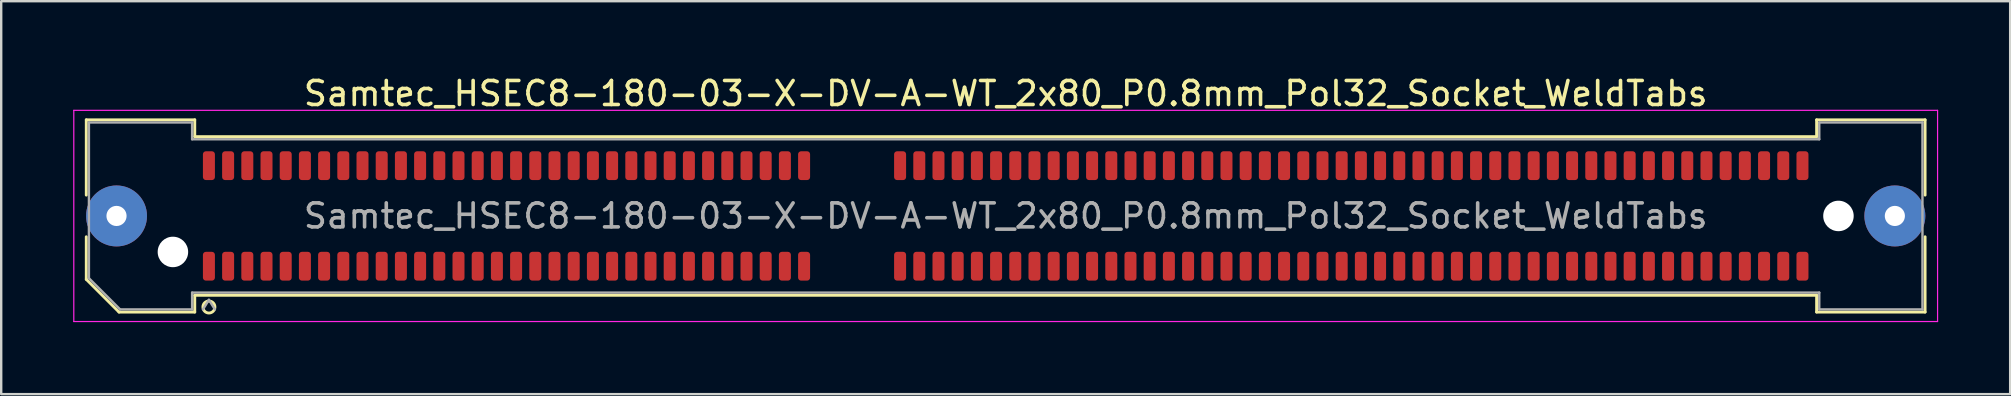
<source format=kicad_pcb>
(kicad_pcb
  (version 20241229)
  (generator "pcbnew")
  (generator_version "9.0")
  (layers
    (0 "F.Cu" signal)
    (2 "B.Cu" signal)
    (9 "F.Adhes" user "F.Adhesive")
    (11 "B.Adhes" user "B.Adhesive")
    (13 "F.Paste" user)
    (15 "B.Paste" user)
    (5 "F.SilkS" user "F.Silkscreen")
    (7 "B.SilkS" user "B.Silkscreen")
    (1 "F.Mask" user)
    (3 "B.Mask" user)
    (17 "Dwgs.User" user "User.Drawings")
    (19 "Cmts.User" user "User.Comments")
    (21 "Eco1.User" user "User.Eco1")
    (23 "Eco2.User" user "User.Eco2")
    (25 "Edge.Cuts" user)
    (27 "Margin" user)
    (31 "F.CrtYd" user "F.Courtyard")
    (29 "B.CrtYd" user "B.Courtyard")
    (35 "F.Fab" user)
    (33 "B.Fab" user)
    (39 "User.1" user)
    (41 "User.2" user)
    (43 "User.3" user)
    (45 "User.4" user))
  (footprint "Samtec_HSEC8-180-03-X-DV-A-WT_2x80_P0.8mm_Pol32_Socket_WeldTabs"
    (layer "F.Cu")
    (at 38.855 5.948)
    (property "Reference" "Samtec_HSEC8-180-03-X-DV-A-WT_2x80_P0.8mm_Pol32_Socket_WeldTabs" (at 0 -5.1 0) (layer "F.SilkS") (effects (font (size 1 1) (thickness 0.15))))
    (attr smd)
    (fp_line (start -38.31 -4.005) (end -33.79 -4.005) (stroke (width 0.12) (type solid)) (layer "F.SilkS"))
    (fp_line (start -38.31 -0.868) (end -38.31 -4.005) (stroke (width 0.12) (type solid)) (layer "F.SilkS"))
    (fp_line (start -38.31 2.641) (end -38.31 0.868) (stroke (width 0.12) (type solid)) (layer "F.SilkS"))
    (fp_line (start -36.946 4.005) (end -38.31 2.641) (stroke (width 0.12) (type solid)) (layer "F.SilkS"))
    (fp_line (start -33.79 -4.005) (end -33.79 -3.305) (stroke (width 0.12) (type solid)) (layer "F.SilkS"))
    (fp_line (start -33.79 -3.305) (end 33.79 -3.305) (stroke (width 0.12) (type solid)) (layer "F.SilkS"))
    (fp_line (start -33.79 3.305) (end -33.79 4.005) (stroke (width 0.12) (type solid)) (layer "F.SilkS"))
    (fp_line (start -33.79 4.005) (end -36.946 4.005) (stroke (width 0.12) (type solid)) (layer "F.SilkS"))
    (fp_line (start 33.79 -4.005) (end 38.31 -4.005) (stroke (width 0.12) (type solid)) (layer "F.SilkS"))
    (fp_line (start 33.79 -3.305) (end 33.79 -4.005) (stroke (width 0.12) (type solid)) (layer "F.SilkS"))
    (fp_line (start 33.79 3.305) (end -33.79 3.305) (stroke (width 0.12) (type solid)) (layer "F.SilkS"))
    (fp_line (start 33.79 4.005) (end 33.79 3.305) (stroke (width 0.12) (type solid)) (layer "F.SilkS"))
    (fp_line (start 38.31 -4.005) (end 38.31 -0.868) (stroke (width 0.12) (type solid)) (layer "F.SilkS"))
    (fp_line (start 38.31 0.868) (end 38.31 4.005) (stroke (width 0.12) (type solid)) (layer "F.SilkS"))
    (fp_line (start 38.31 4.005) (end 33.79 4.005) (stroke (width 0.12) (type solid)) (layer "F.SilkS"))
    (fp_arc (start -32.95 3.795) (mid -33.45 3.795) (end -32.95 3.795) (stroke (width 0.12) (type solid)) (layer "F.SilkS"))
    (fp_line (start -38.83 -4.4) (end -38.83 4.4) (stroke (width 0.05) (type solid)) (layer "F.CrtYd"))
    (fp_line (start -38.83 4.4) (end 38.83 4.4) (stroke (width 0.05) (type solid)) (layer "F.CrtYd"))
    (fp_line (start 38.83 -4.4) (end -38.83 -4.4) (stroke (width 0.05) (type solid)) (layer "F.CrtYd"))
    (fp_line (start 38.83 4.4) (end 38.83 -4.4) (stroke (width 0.05) (type solid)) (layer "F.CrtYd"))
    (fp_line (start -38.2 -3.895) (end -33.9 -3.895) (stroke (width 0.1) (type solid)) (layer "F.Fab"))
    (fp_line (start -38.2 2.595) (end -38.2 -3.895) (stroke (width 0.1) (type solid)) (layer "F.Fab"))
    (fp_line (start -36.9 3.895) (end -38.2 2.595) (stroke (width 0.1) (type solid)) (layer "F.Fab"))
    (fp_line (start -33.9 -3.895) (end -33.9 -3.195) (stroke (width 0.1) (type solid)) (layer "F.Fab"))
    (fp_line (start -33.9 -3.195) (end 33.9 -3.195) (stroke (width 0.1) (type solid)) (layer "F.Fab"))
    (fp_line (start -33.9 3.195) (end -33.9 3.895) (stroke (width 0.1) (type solid)) (layer "F.Fab"))
    (fp_line (start -33.9 3.895) (end -36.9 3.895) (stroke (width 0.1) (type solid)) (layer "F.Fab"))
    (fp_line (start -33.2 3.495) (end -33.45 3.895) (stroke (width 0.1) (type solid)) (layer "F.Fab"))
    (fp_line (start -33.2 3.495) (end -32.95 3.895) (stroke (width 0.1) (type solid)) (layer "F.Fab"))
    (fp_line (start 33.9 -3.895) (end 38.2 -3.895) (stroke (width 0.1) (type solid)) (layer "F.Fab"))
    (fp_line (start 33.9 -3.195) (end 33.9 -3.895) (stroke (width 0.1) (type solid)) (layer "F.Fab"))
    (fp_line (start 33.9 3.195) (end -33.9 3.195) (stroke (width 0.1) (type solid)) (layer "F.Fab"))
    (fp_line (start 33.9 3.895) (end 33.9 3.195) (stroke (width 0.1) (type solid)) (layer "F.Fab"))
    (fp_line (start 38.2 -3.895) (end 38.2 3.895) (stroke (width 0.1) (type solid)) (layer "F.Fab"))
    (fp_line (start 38.2 3.895) (end 33.9 3.895) (stroke (width 0.1) (type solid)) (layer "F.Fab"))
    (fp_text user "${REFERENCE}" (at 0 0 0) (layer "F.Fab") (effects (font (size 1 1) (thickness 0.15))))
    (pad "" thru_hole circle (at -37.05 0) (size 2.54 2.54) (drill 0.84) (layers "*.Cu" "*.Mask" "F.Paste"))
    (pad "" np_thru_hole circle (at -34.7 1.5) (size 1.27 1.27) (drill 1.27) (layers "*.Cu" "*.Mask"))
    (pad "" np_thru_hole circle (at 34.7 0) (size 1.27 1.27) (drill 1.27) (layers "*.Cu" "*.Mask"))
    (pad "" thru_hole circle (at 37.05 0) (size 2.54 2.54) (drill 0.84) (layers "*.Cu" "*.Mask" "F.Paste"))
    (pad "1" smd roundrect (at -33.2 2.095) (size 0.5 1.2) (layers "F.Cu" "F.Mask" "F.Paste") (roundrect_rratio 0.25))
    (pad "2" smd roundrect (at -33.2 -2.095) (size 0.5 1.2) (layers "F.Cu" "F.Mask" "F.Paste") (roundrect_rratio 0.25))
    (pad "3" smd roundrect (at -32.4 2.095) (size 0.5 1.2) (layers "F.Cu" "F.Mask" "F.Paste") (roundrect_rratio 0.25))
    (pad "4" smd roundrect (at -32.4 -2.095) (size 0.5 1.2) (layers "F.Cu" "F.Mask" "F.Paste") (roundrect_rratio 0.25))
    (pad "5" smd roundrect (at -31.6 2.095) (size 0.5 1.2) (layers "F.Cu" "F.Mask" "F.Paste") (roundrect_rratio 0.25))
    (pad "6" smd roundrect (at -31.6 -2.095) (size 0.5 1.2) (layers "F.Cu" "F.Mask" "F.Paste") (roundrect_rratio 0.25))
    (pad "7" smd roundrect (at -30.8 2.095) (size 0.5 1.2) (layers "F.Cu" "F.Mask" "F.Paste") (roundrect_rratio 0.25))
    (pad "8" smd roundrect (at -30.8 -2.095) (size 0.5 1.2) (layers "F.Cu" "F.Mask" "F.Paste") (roundrect_rratio 0.25))
    (pad "9" smd roundrect (at -30 2.095) (size 0.5 1.2) (layers "F.Cu" "F.Mask" "F.Paste") (roundrect_rratio 0.25))
    (pad "10" smd roundrect (at -30 -2.095) (size 0.5 1.2) (layers "F.Cu" "F.Mask" "F.Paste") (roundrect_rratio 0.25))
    (pad "11" smd roundrect (at -29.2 2.095) (size 0.5 1.2) (layers "F.Cu" "F.Mask" "F.Paste") (roundrect_rratio 0.25))
    (pad "12" smd roundrect (at -29.2 -2.095) (size 0.5 1.2) (layers "F.Cu" "F.Mask" "F.Paste") (roundrect_rratio 0.25))
    (pad "13" smd roundrect (at -28.4 2.095) (size 0.5 1.2) (layers "F.Cu" "F.Mask" "F.Paste") (roundrect_rratio 0.25))
    (pad "14" smd roundrect (at -28.4 -2.095) (size 0.5 1.2) (layers "F.Cu" "F.Mask" "F.Paste") (roundrect_rratio 0.25))
    (pad "15" smd roundrect (at -27.6 2.095) (size 0.5 1.2) (layers "F.Cu" "F.Mask" "F.Paste") (roundrect_rratio 0.25))
    (pad "16" smd roundrect (at -27.6 -2.095) (size 0.5 1.2) (layers "F.Cu" "F.Mask" "F.Paste") (roundrect_rratio 0.25))
    (pad "17" smd roundrect (at -26.8 2.095) (size 0.5 1.2) (layers "F.Cu" "F.Mask" "F.Paste") (roundrect_rratio 0.25))
    (pad "18" smd roundrect (at -26.8 -2.095) (size 0.5 1.2) (layers "F.Cu" "F.Mask" "F.Paste") (roundrect_rratio 0.25))
    (pad "19" smd roundrect (at -26 2.095) (size 0.5 1.2) (layers "F.Cu" "F.Mask" "F.Paste") (roundrect_rratio 0.25))
    (pad "20" smd roundrect (at -26 -2.095) (size 0.5 1.2) (layers "F.Cu" "F.Mask" "F.Paste") (roundrect_rratio 0.25))
    (pad "21" smd roundrect (at -25.2 2.095) (size 0.5 1.2) (layers "F.Cu" "F.Mask" "F.Paste") (roundrect_rratio 0.25))
    (pad "22" smd roundrect (at -25.2 -2.095) (size 0.5 1.2) (layers "F.Cu" "F.Mask" "F.Paste") (roundrect_rratio 0.25))
    (pad "23" smd roundrect (at -24.4 2.095) (size 0.5 1.2) (layers "F.Cu" "F.Mask" "F.Paste") (roundrect_rratio 0.25))
    (pad "24" smd roundrect (at -24.4 -2.095) (size 0.5 1.2) (layers "F.Cu" "F.Mask" "F.Paste") (roundrect_rratio 0.25))
    (pad "25" smd roundrect (at -23.6 2.095) (size 0.5 1.2) (layers "F.Cu" "F.Mask" "F.Paste") (roundrect_rratio 0.25))
    (pad "26" smd roundrect (at -23.6 -2.095) (size 0.5 1.2) (layers "F.Cu" "F.Mask" "F.Paste") (roundrect_rratio 0.25))
    (pad "27" smd roundrect (at -22.8 2.095) (size 0.5 1.2) (layers "F.Cu" "F.Mask" "F.Paste") (roundrect_rratio 0.25))
    (pad "28" smd roundrect (at -22.8 -2.095) (size 0.5 1.2) (layers "F.Cu" "F.Mask" "F.Paste") (roundrect_rratio 0.25))
    (pad "29" smd roundrect (at -22 2.095) (size 0.5 1.2) (layers "F.Cu" "F.Mask" "F.Paste") (roundrect_rratio 0.25))
    (pad "30" smd roundrect (at -22 -2.095) (size 0.5 1.2) (layers "F.Cu" "F.Mask" "F.Paste") (roundrect_rratio 0.25))
    (pad "31" smd roundrect (at -21.2 2.095) (size 0.5 1.2) (layers "F.Cu" "F.Mask" "F.Paste") (roundrect_rratio 0.25))
    (pad "32" smd roundrect (at -21.2 -2.095) (size 0.5 1.2) (layers "F.Cu" "F.Mask" "F.Paste") (roundrect_rratio 0.25))
    (pad "33" smd roundrect (at -20.4 2.095) (size 0.5 1.2) (layers "F.Cu" "F.Mask" "F.Paste") (roundrect_rratio 0.25))
    (pad "34" smd roundrect (at -20.4 -2.095) (size 0.5 1.2) (layers "F.Cu" "F.Mask" "F.Paste") (roundrect_rratio 0.25))
    (pad "35" smd roundrect (at -19.6 2.095) (size 0.5 1.2) (layers "F.Cu" "F.Mask" "F.Paste") (roundrect_rratio 0.25))
    (pad "36" smd roundrect (at -19.6 -2.095) (size 0.5 1.2) (layers "F.Cu" "F.Mask" "F.Paste") (roundrect_rratio 0.25))
    (pad "37" smd roundrect (at -18.8 2.095) (size 0.5 1.2) (layers "F.Cu" "F.Mask" "F.Paste") (roundrect_rratio 0.25))
    (pad "38" smd roundrect (at -18.8 -2.095) (size 0.5 1.2) (layers "F.Cu" "F.Mask" "F.Paste") (roundrect_rratio 0.25))
    (pad "39" smd roundrect (at -18 2.095) (size 0.5 1.2) (layers "F.Cu" "F.Mask" "F.Paste") (roundrect_rratio 0.25))
    (pad "40" smd roundrect (at -18 -2.095) (size 0.5 1.2) (layers "F.Cu" "F.Mask" "F.Paste") (roundrect_rratio 0.25))
    (pad "41" smd roundrect (at -17.2 2.095) (size 0.5 1.2) (layers "F.Cu" "F.Mask" "F.Paste") (roundrect_rratio 0.25))
    (pad "42" smd roundrect (at -17.2 -2.095) (size 0.5 1.2) (layers "F.Cu" "F.Mask" "F.Paste") (roundrect_rratio 0.25))
    (pad "43" smd roundrect (at -16.4 2.095) (size 0.5 1.2) (layers "F.Cu" "F.Mask" "F.Paste") (roundrect_rratio 0.25))
    (pad "44" smd roundrect (at -16.4 -2.095) (size 0.5 1.2) (layers "F.Cu" "F.Mask" "F.Paste") (roundrect_rratio 0.25))
    (pad "45" smd roundrect (at -15.6 2.095) (size 0.5 1.2) (layers "F.Cu" "F.Mask" "F.Paste") (roundrect_rratio 0.25))
    (pad "46" smd roundrect (at -15.6 -2.095) (size 0.5 1.2) (layers "F.Cu" "F.Mask" "F.Paste") (roundrect_rratio 0.25))
    (pad "47" smd roundrect (at -14.8 2.095) (size 0.5 1.2) (layers "F.Cu" "F.Mask" "F.Paste") (roundrect_rratio 0.25))
    (pad "48" smd roundrect (at -14.8 -2.095) (size 0.5 1.2) (layers "F.Cu" "F.Mask" "F.Paste") (roundrect_rratio 0.25))
    (pad "49" smd roundrect (at -14 2.095) (size 0.5 1.2) (layers "F.Cu" "F.Mask" "F.Paste") (roundrect_rratio 0.25))
    (pad "50" smd roundrect (at -14 -2.095) (size 0.5 1.2) (layers "F.Cu" "F.Mask" "F.Paste") (roundrect_rratio 0.25))
    (pad "51" smd roundrect (at -13.2 2.095) (size 0.5 1.2) (layers "F.Cu" "F.Mask" "F.Paste") (roundrect_rratio 0.25))
    (pad "52" smd roundrect (at -13.2 -2.095) (size 0.5 1.2) (layers "F.Cu" "F.Mask" "F.Paste") (roundrect_rratio 0.25))
    (pad "53" smd roundrect (at -12.4 2.095) (size 0.5 1.2) (layers "F.Cu" "F.Mask" "F.Paste") (roundrect_rratio 0.25))
    (pad "54" smd roundrect (at -12.4 -2.095) (size 0.5 1.2) (layers "F.Cu" "F.Mask" "F.Paste") (roundrect_rratio 0.25))
    (pad "55" smd roundrect (at -11.6 2.095) (size 0.5 1.2) (layers "F.Cu" "F.Mask" "F.Paste") (roundrect_rratio 0.25))
    (pad "56" smd roundrect (at -11.6 -2.095) (size 0.5 1.2) (layers "F.Cu" "F.Mask" "F.Paste") (roundrect_rratio 0.25))
    (pad "57" smd roundrect (at -10.8 2.095) (size 0.5 1.2) (layers "F.Cu" "F.Mask" "F.Paste") (roundrect_rratio 0.25))
    (pad "58" smd roundrect (at -10.8 -2.095) (size 0.5 1.2) (layers "F.Cu" "F.Mask" "F.Paste") (roundrect_rratio 0.25))
    (pad "59" smd roundrect (at -10 2.095) (size 0.5 1.2) (layers "F.Cu" "F.Mask" "F.Paste") (roundrect_rratio 0.25))
    (pad "60" smd roundrect (at -10 -2.095) (size 0.5 1.2) (layers "F.Cu" "F.Mask" "F.Paste") (roundrect_rratio 0.25))
    (pad "61" smd roundrect (at -9.2 2.095) (size 0.5 1.2) (layers "F.Cu" "F.Mask" "F.Paste") (roundrect_rratio 0.25))
    (pad "62" smd roundrect (at -9.2 -2.095) (size 0.5 1.2) (layers "F.Cu" "F.Mask" "F.Paste") (roundrect_rratio 0.25))
    (pad "63" smd roundrect (at -8.4 2.095) (size 0.5 1.2) (layers "F.Cu" "F.Mask" "F.Paste") (roundrect_rratio 0.25))
    (pad "64" smd roundrect (at -8.4 -2.095) (size 0.5 1.2) (layers "F.Cu" "F.Mask" "F.Paste") (roundrect_rratio 0.25))
    (pad "65" smd roundrect (at -4.4 2.095) (size 0.5 1.2) (layers "F.Cu" "F.Mask" "F.Paste") (roundrect_rratio 0.25))
    (pad "66" smd roundrect (at -4.4 -2.095) (size 0.5 1.2) (layers "F.Cu" "F.Mask" "F.Paste") (roundrect_rratio 0.25))
    (pad "67" smd roundrect (at -3.6 2.095) (size 0.5 1.2) (layers "F.Cu" "F.Mask" "F.Paste") (roundrect_rratio 0.25))
    (pad "68" smd roundrect (at -3.6 -2.095) (size 0.5 1.2) (layers "F.Cu" "F.Mask" "F.Paste") (roundrect_rratio 0.25))
    (pad "69" smd roundrect (at -2.8 2.095) (size 0.5 1.2) (layers "F.Cu" "F.Mask" "F.Paste") (roundrect_rratio 0.25))
    (pad "70" smd roundrect (at -2.8 -2.095) (size 0.5 1.2) (layers "F.Cu" "F.Mask" "F.Paste") (roundrect_rratio 0.25))
    (pad "71" smd roundrect (at -2 2.095) (size 0.5 1.2) (layers "F.Cu" "F.Mask" "F.Paste") (roundrect_rratio 0.25))
    (pad "72" smd roundrect (at -2 -2.095) (size 0.5 1.2) (layers "F.Cu" "F.Mask" "F.Paste") (roundrect_rratio 0.25))
    (pad "73" smd roundrect (at -1.2 2.095) (size 0.5 1.2) (layers "F.Cu" "F.Mask" "F.Paste") (roundrect_rratio 0.25))
    (pad "74" smd roundrect (at -1.2 -2.095) (size 0.5 1.2) (layers "F.Cu" "F.Mask" "F.Paste") (roundrect_rratio 0.25))
    (pad "75" smd roundrect (at -0.4 2.095) (size 0.5 1.2) (layers "F.Cu" "F.Mask" "F.Paste") (roundrect_rratio 0.25))
    (pad "76" smd roundrect (at -0.4 -2.095) (size 0.5 1.2) (layers "F.Cu" "F.Mask" "F.Paste") (roundrect_rratio 0.25))
    (pad "77" smd roundrect (at 0.4 2.095) (size 0.5 1.2) (layers "F.Cu" "F.Mask" "F.Paste") (roundrect_rratio 0.25))
    (pad "78" smd roundrect (at 0.4 -2.095) (size 0.5 1.2) (layers "F.Cu" "F.Mask" "F.Paste") (roundrect_rratio 0.25))
    (pad "79" smd roundrect (at 1.2 2.095) (size 0.5 1.2) (layers "F.Cu" "F.Mask" "F.Paste") (roundrect_rratio 0.25))
    (pad "80" smd roundrect (at 1.2 -2.095) (size 0.5 1.2) (layers "F.Cu" "F.Mask" "F.Paste") (roundrect_rratio 0.25))
    (pad "81" smd roundrect (at 2 2.095) (size 0.5 1.2) (layers "F.Cu" "F.Mask" "F.Paste") (roundrect_rratio 0.25))
    (pad "82" smd roundrect (at 2 -2.095) (size 0.5 1.2) (layers "F.Cu" "F.Mask" "F.Paste") (roundrect_rratio 0.25))
    (pad "83" smd roundrect (at 2.8 2.095) (size 0.5 1.2) (layers "F.Cu" "F.Mask" "F.Paste") (roundrect_rratio 0.25))
    (pad "84" smd roundrect (at 2.8 -2.095) (size 0.5 1.2) (layers "F.Cu" "F.Mask" "F.Paste") (roundrect_rratio 0.25))
    (pad "85" smd roundrect (at 3.6 2.095) (size 0.5 1.2) (layers "F.Cu" "F.Mask" "F.Paste") (roundrect_rratio 0.25))
    (pad "86" smd roundrect (at 3.6 -2.095) (size 0.5 1.2) (layers "F.Cu" "F.Mask" "F.Paste") (roundrect_rratio 0.25))
    (pad "87" smd roundrect (at 4.4 2.095) (size 0.5 1.2) (layers "F.Cu" "F.Mask" "F.Paste") (roundrect_rratio 0.25))
    (pad "88" smd roundrect (at 4.4 -2.095) (size 0.5 1.2) (layers "F.Cu" "F.Mask" "F.Paste") (roundrect_rratio 0.25))
    (pad "89" smd roundrect (at 5.2 2.095) (size 0.5 1.2) (layers "F.Cu" "F.Mask" "F.Paste") (roundrect_rratio 0.25))
    (pad "90" smd roundrect (at 5.2 -2.095) (size 0.5 1.2) (layers "F.Cu" "F.Mask" "F.Paste") (roundrect_rratio 0.25))
    (pad "91" smd roundrect (at 6 2.095) (size 0.5 1.2) (layers "F.Cu" "F.Mask" "F.Paste") (roundrect_rratio 0.25))
    (pad "92" smd roundrect (at 6 -2.095) (size 0.5 1.2) (layers "F.Cu" "F.Mask" "F.Paste") (roundrect_rratio 0.25))
    (pad "93" smd roundrect (at 6.8 2.095) (size 0.5 1.2) (layers "F.Cu" "F.Mask" "F.Paste") (roundrect_rratio 0.25))
    (pad "94" smd roundrect (at 6.8 -2.095) (size 0.5 1.2) (layers "F.Cu" "F.Mask" "F.Paste") (roundrect_rratio 0.25))
    (pad "95" smd roundrect (at 7.6 2.095) (size 0.5 1.2) (layers "F.Cu" "F.Mask" "F.Paste") (roundrect_rratio 0.25))
    (pad "96" smd roundrect (at 7.6 -2.095) (size 0.5 1.2) (layers "F.Cu" "F.Mask" "F.Paste") (roundrect_rratio 0.25))
    (pad "97" smd roundrect (at 8.4 2.095) (size 0.5 1.2) (layers "F.Cu" "F.Mask" "F.Paste") (roundrect_rratio 0.25))
    (pad "98" smd roundrect (at 8.4 -2.095) (size 0.5 1.2) (layers "F.Cu" "F.Mask" "F.Paste") (roundrect_rratio 0.25))
    (pad "99" smd roundrect (at 9.2 2.095) (size 0.5 1.2) (layers "F.Cu" "F.Mask" "F.Paste") (roundrect_rratio 0.25))
    (pad "100" smd roundrect (at 9.2 -2.095) (size 0.5 1.2) (layers "F.Cu" "F.Mask" "F.Paste") (roundrect_rratio 0.25))
    (pad "101" smd roundrect (at 10 2.095) (size 0.5 1.2) (layers "F.Cu" "F.Mask" "F.Paste") (roundrect_rratio 0.25))
    (pad "102" smd roundrect (at 10 -2.095) (size 0.5 1.2) (layers "F.Cu" "F.Mask" "F.Paste") (roundrect_rratio 0.25))
    (pad "103" smd roundrect (at 10.8 2.095) (size 0.5 1.2) (layers "F.Cu" "F.Mask" "F.Paste") (roundrect_rratio 0.25))
    (pad "104" smd roundrect (at 10.8 -2.095) (size 0.5 1.2) (layers "F.Cu" "F.Mask" "F.Paste") (roundrect_rratio 0.25))
    (pad "105" smd roundrect (at 11.6 2.095) (size 0.5 1.2) (layers "F.Cu" "F.Mask" "F.Paste") (roundrect_rratio 0.25))
    (pad "106" smd roundrect (at 11.6 -2.095) (size 0.5 1.2) (layers "F.Cu" "F.Mask" "F.Paste") (roundrect_rratio 0.25))
    (pad "107" smd roundrect (at 12.4 2.095) (size 0.5 1.2) (layers "F.Cu" "F.Mask" "F.Paste") (roundrect_rratio 0.25))
    (pad "108" smd roundrect (at 12.4 -2.095) (size 0.5 1.2) (layers "F.Cu" "F.Mask" "F.Paste") (roundrect_rratio 0.25))
    (pad "109" smd roundrect (at 13.2 2.095) (size 0.5 1.2) (layers "F.Cu" "F.Mask" "F.Paste") (roundrect_rratio 0.25))
    (pad "110" smd roundrect (at 13.2 -2.095) (size 0.5 1.2) (layers "F.Cu" "F.Mask" "F.Paste") (roundrect_rratio 0.25))
    (pad "111" smd roundrect (at 14 2.095) (size 0.5 1.2) (layers "F.Cu" "F.Mask" "F.Paste") (roundrect_rratio 0.25))
    (pad "112" smd roundrect (at 14 -2.095) (size 0.5 1.2) (layers "F.Cu" "F.Mask" "F.Paste") (roundrect_rratio 0.25))
    (pad "113" smd roundrect (at 14.8 2.095) (size 0.5 1.2) (layers "F.Cu" "F.Mask" "F.Paste") (roundrect_rratio 0.25))
    (pad "114" smd roundrect (at 14.8 -2.095) (size 0.5 1.2) (layers "F.Cu" "F.Mask" "F.Paste") (roundrect_rratio 0.25))
    (pad "115" smd roundrect (at 15.6 2.095) (size 0.5 1.2) (layers "F.Cu" "F.Mask" "F.Paste") (roundrect_rratio 0.25))
    (pad "116" smd roundrect (at 15.6 -2.095) (size 0.5 1.2) (layers "F.Cu" "F.Mask" "F.Paste") (roundrect_rratio 0.25))
    (pad "117" smd roundrect (at 16.4 2.095) (size 0.5 1.2) (layers "F.Cu" "F.Mask" "F.Paste") (roundrect_rratio 0.25))
    (pad "118" smd roundrect (at 16.4 -2.095) (size 0.5 1.2) (layers "F.Cu" "F.Mask" "F.Paste") (roundrect_rratio 0.25))
    (pad "119" smd roundrect (at 17.2 2.095) (size 0.5 1.2) (layers "F.Cu" "F.Mask" "F.Paste") (roundrect_rratio 0.25))
    (pad "120" smd roundrect (at 17.2 -2.095) (size 0.5 1.2) (layers "F.Cu" "F.Mask" "F.Paste") (roundrect_rratio 0.25))
    (pad "121" smd roundrect (at 18 2.095) (size 0.5 1.2) (layers "F.Cu" "F.Mask" "F.Paste") (roundrect_rratio 0.25))
    (pad "122" smd roundrect (at 18 -2.095) (size 0.5 1.2) (layers "F.Cu" "F.Mask" "F.Paste") (roundrect_rratio 0.25))
    (pad "123" smd roundrect (at 18.8 2.095) (size 0.5 1.2) (layers "F.Cu" "F.Mask" "F.Paste") (roundrect_rratio 0.25))
    (pad "124" smd roundrect (at 18.8 -2.095) (size 0.5 1.2) (layers "F.Cu" "F.Mask" "F.Paste") (roundrect_rratio 0.25))
    (pad "125" smd roundrect (at 19.6 2.095) (size 0.5 1.2) (layers "F.Cu" "F.Mask" "F.Paste") (roundrect_rratio 0.25))
    (pad "126" smd roundrect (at 19.6 -2.095) (size 0.5 1.2) (layers "F.Cu" "F.Mask" "F.Paste") (roundrect_rratio 0.25))
    (pad "127" smd roundrect (at 20.4 2.095) (size 0.5 1.2) (layers "F.Cu" "F.Mask" "F.Paste") (roundrect_rratio 0.25))
    (pad "128" smd roundrect (at 20.4 -2.095) (size 0.5 1.2) (layers "F.Cu" "F.Mask" "F.Paste") (roundrect_rratio 0.25))
    (pad "129" smd roundrect (at 21.2 2.095) (size 0.5 1.2) (layers "F.Cu" "F.Mask" "F.Paste") (roundrect_rratio 0.25))
    (pad "130" smd roundrect (at 21.2 -2.095) (size 0.5 1.2) (layers "F.Cu" "F.Mask" "F.Paste") (roundrect_rratio 0.25))
    (pad "131" smd roundrect (at 22 2.095) (size 0.5 1.2) (layers "F.Cu" "F.Mask" "F.Paste") (roundrect_rratio 0.25))
    (pad "132" smd roundrect (at 22 -2.095) (size 0.5 1.2) (layers "F.Cu" "F.Mask" "F.Paste") (roundrect_rratio 0.25))
    (pad "133" smd roundrect (at 22.8 2.095) (size 0.5 1.2) (layers "F.Cu" "F.Mask" "F.Paste") (roundrect_rratio 0.25))
    (pad "134" smd roundrect (at 22.8 -2.095) (size 0.5 1.2) (layers "F.Cu" "F.Mask" "F.Paste") (roundrect_rratio 0.25))
    (pad "135" smd roundrect (at 23.6 2.095) (size 0.5 1.2) (layers "F.Cu" "F.Mask" "F.Paste") (roundrect_rratio 0.25))
    (pad "136" smd roundrect (at 23.6 -2.095) (size 0.5 1.2) (layers "F.Cu" "F.Mask" "F.Paste") (roundrect_rratio 0.25))
    (pad "137" smd roundrect (at 24.4 2.095) (size 0.5 1.2) (layers "F.Cu" "F.Mask" "F.Paste") (roundrect_rratio 0.25))
    (pad "138" smd roundrect (at 24.4 -2.095) (size 0.5 1.2) (layers "F.Cu" "F.Mask" "F.Paste") (roundrect_rratio 0.25))
    (pad "139" smd roundrect (at 25.2 2.095) (size 0.5 1.2) (layers "F.Cu" "F.Mask" "F.Paste") (roundrect_rratio 0.25))
    (pad "140" smd roundrect (at 25.2 -2.095) (size 0.5 1.2) (layers "F.Cu" "F.Mask" "F.Paste") (roundrect_rratio 0.25))
    (pad "141" smd roundrect (at 26 2.095) (size 0.5 1.2) (layers "F.Cu" "F.Mask" "F.Paste") (roundrect_rratio 0.25))
    (pad "142" smd roundrect (at 26 -2.095) (size 0.5 1.2) (layers "F.Cu" "F.Mask" "F.Paste") (roundrect_rratio 0.25))
    (pad "143" smd roundrect (at 26.8 2.095) (size 0.5 1.2) (layers "F.Cu" "F.Mask" "F.Paste") (roundrect_rratio 0.25))
    (pad "144" smd roundrect (at 26.8 -2.095) (size 0.5 1.2) (layers "F.Cu" "F.Mask" "F.Paste") (roundrect_rratio 0.25))
    (pad "145" smd roundrect (at 27.6 2.095) (size 0.5 1.2) (layers "F.Cu" "F.Mask" "F.Paste") (roundrect_rratio 0.25))
    (pad "146" smd roundrect (at 27.6 -2.095) (size 0.5 1.2) (layers "F.Cu" "F.Mask" "F.Paste") (roundrect_rratio 0.25))
    (pad "147" smd roundrect (at 28.4 2.095) (size 0.5 1.2) (layers "F.Cu" "F.Mask" "F.Paste") (roundrect_rratio 0.25))
    (pad "148" smd roundrect (at 28.4 -2.095) (size 0.5 1.2) (layers "F.Cu" "F.Mask" "F.Paste") (roundrect_rratio 0.25))
    (pad "149" smd roundrect (at 29.2 2.095) (size 0.5 1.2) (layers "F.Cu" "F.Mask" "F.Paste") (roundrect_rratio 0.25))
    (pad "150" smd roundrect (at 29.2 -2.095) (size 0.5 1.2) (layers "F.Cu" "F.Mask" "F.Paste") (roundrect_rratio 0.25))
    (pad "151" smd roundrect (at 30 2.095) (size 0.5 1.2) (layers "F.Cu" "F.Mask" "F.Paste") (roundrect_rratio 0.25))
    (pad "152" smd roundrect (at 30 -2.095) (size 0.5 1.2) (layers "F.Cu" "F.Mask" "F.Paste") (roundrect_rratio 0.25))
    (pad "153" smd roundrect (at 30.8 2.095) (size 0.5 1.2) (layers "F.Cu" "F.Mask" "F.Paste") (roundrect_rratio 0.25))
    (pad "154" smd roundrect (at 30.8 -2.095) (size 0.5 1.2) (layers "F.Cu" "F.Mask" "F.Paste") (roundrect_rratio 0.25))
    (pad "155" smd roundrect (at 31.6 2.095) (size 0.5 1.2) (layers "F.Cu" "F.Mask" "F.Paste") (roundrect_rratio 0.25))
    (pad "156" smd roundrect (at 31.6 -2.095) (size 0.5 1.2) (layers "F.Cu" "F.Mask" "F.Paste") (roundrect_rratio 0.25))
    (pad "157" smd roundrect (at 32.4 2.095) (size 0.5 1.2) (layers "F.Cu" "F.Mask" "F.Paste") (roundrect_rratio 0.25))
    (pad "158" smd roundrect (at 32.4 -2.095) (size 0.5 1.2) (layers "F.Cu" "F.Mask" "F.Paste") (roundrect_rratio 0.25))
    (pad "159" smd roundrect (at 33.2 2.095) (size 0.5 1.2) (layers "F.Cu" "F.Mask" "F.Paste") (roundrect_rratio 0.25))
    (pad "160" smd roundrect (at 33.2 -2.095) (size 0.5 1.2) (layers "F.Cu" "F.Mask" "F.Paste") (roundrect_rratio 0.25)))
  (gr_rect
    (start -3 -3)
    (end 80.71 13.373)
    (stroke (width 0.1) (type default))
    (fill no)
    (layer "Edge.Cuts")))
</source>
